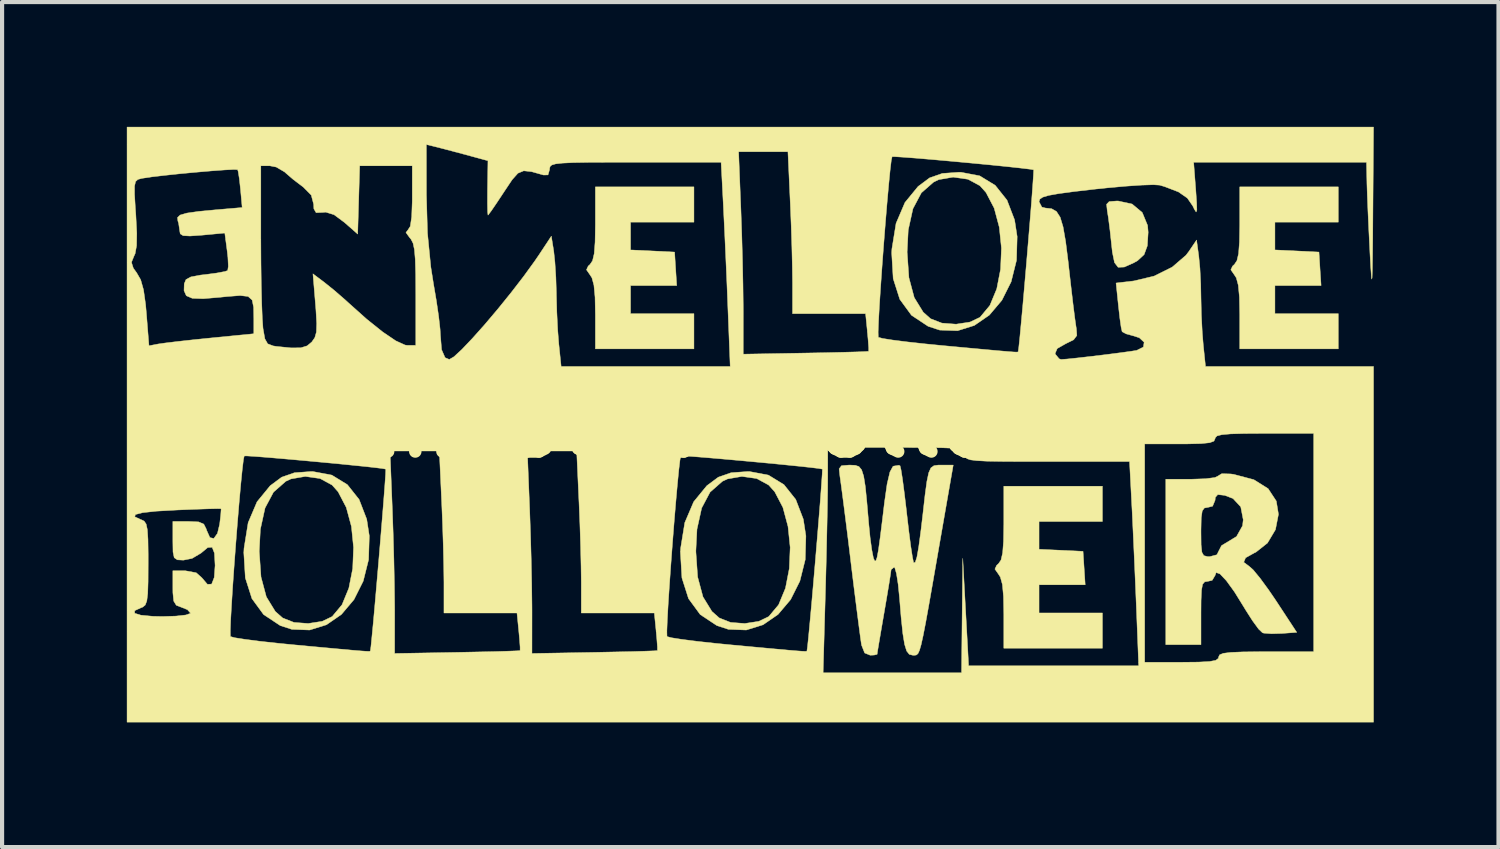
<source format=kicad_pcb>
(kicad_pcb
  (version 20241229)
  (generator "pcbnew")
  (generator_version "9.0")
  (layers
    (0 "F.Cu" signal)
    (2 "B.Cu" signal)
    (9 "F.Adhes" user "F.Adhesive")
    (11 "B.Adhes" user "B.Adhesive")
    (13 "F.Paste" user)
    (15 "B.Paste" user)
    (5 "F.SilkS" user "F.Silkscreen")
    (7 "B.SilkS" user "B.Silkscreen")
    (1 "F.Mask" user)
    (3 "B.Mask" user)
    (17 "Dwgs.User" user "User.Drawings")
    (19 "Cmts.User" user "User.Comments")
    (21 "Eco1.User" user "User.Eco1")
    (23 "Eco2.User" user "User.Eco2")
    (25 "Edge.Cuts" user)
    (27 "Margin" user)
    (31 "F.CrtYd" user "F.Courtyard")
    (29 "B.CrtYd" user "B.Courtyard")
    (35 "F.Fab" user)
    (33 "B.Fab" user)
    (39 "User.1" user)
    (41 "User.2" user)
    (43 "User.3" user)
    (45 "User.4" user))
  (footprint "EnvelopeFollower"
    (layer "F.Cu")
    (at 14.991 7.117)
    (property "Reference" "EnvelopeFollower" (at 0 0 0) (layer "F.SilkS") (effects (font (size 1.524 1.524) (thickness 0.3))))
    (attr through_hole)
    (fp_poly (pts (xy 9.181 -5.261) (xy 9.425 -5.057) (xy 9.553 -4.747) (xy 9.567 -4.583) (xy 9.547 -4.257) (xy 9.47 -4.046) (xy 9.313 -3.9) (xy 9.223 -3.849) (xy 8.992 -3.746) (xy 8.845 -3.74) (xy 8.758 -3.852) (xy 8.706 -4.103) (xy 8.685 -4.297) (xy 8.649 -4.629) (xy 8.611 -4.926) (xy 8.583 -5.101) (xy 8.567 -5.255) (xy 8.629 -5.32) (xy 8.812 -5.334) (xy 8.845 -5.334) (xy 9.181 -5.261)) (stroke (width 0.01) (type solid)) (fill yes) (layer "F.SilkS"))
    (fp_poly (pts (xy 8.467 2.371) (xy 6.943 2.371) (xy 6.943 3.04) (xy 8.001 3.09) (xy 8.027 3.493) (xy 8.053 3.895) (xy 6.943 3.895) (xy 6.943 4.572) (xy 8.467 4.572) (xy 8.467 5.419) (xy 6.096 5.419) (xy 6.096 4.6) (xy 6.088 4.174) (xy 6.062 3.888) (xy 6.013 3.71) (xy 5.967 3.638) (xy 5.882 3.517) (xy 5.924 3.426) (xy 5.967 3.388) (xy 6.029 3.298) (xy 6.068 3.128) (xy 6.089 2.851) (xy 6.096 2.436) (xy 6.096 2.403) (xy 6.096 1.524) (xy 8.467 1.524) (xy 8.467 2.371)) (stroke (width 0.01) (type solid)) (fill yes) (layer "F.SilkS"))
    (fp_poly (pts (xy -1.355 -4.826) (xy -2.879 -4.826) (xy -2.879 -4.157) (xy -2.349 -4.132) (xy -1.82 -4.106) (xy -1.795 -3.704) (xy -1.769 -3.302) (xy -2.879 -3.302) (xy -2.879 -2.625) (xy -1.355 -2.625) (xy -1.355 -1.778) (xy -3.725 -1.778) (xy -3.725 -2.597) (xy -3.733 -3.022) (xy -3.76 -3.309) (xy -3.808 -3.487) (xy -3.854 -3.558) (xy -3.939 -3.68) (xy -3.897 -3.77) (xy -3.854 -3.808) (xy -3.793 -3.899) (xy -3.753 -4.068) (xy -3.732 -4.346) (xy -3.725 -4.76) (xy -3.725 -4.794) (xy -3.725 -5.673) (xy -1.355 -5.673) (xy -1.355 -4.826)) (stroke (width 0.01) (type solid)) (fill yes) (layer "F.SilkS"))
    (fp_poly (pts (xy 14.139 -4.826) (xy 12.615 -4.826) (xy 12.615 -4.157) (xy 13.145 -4.132) (xy 13.674 -4.106) (xy 13.699 -3.704) (xy 13.725 -3.302) (xy 12.615 -3.302) (xy 12.615 -2.625) (xy 14.139 -2.625) (xy 14.139 -1.778) (xy 11.769 -1.778) (xy 11.769 -2.597) (xy 11.761 -3.022) (xy 11.734 -3.309) (xy 11.686 -3.487) (xy 11.64 -3.558) (xy 11.555 -3.68) (xy 11.597 -3.77) (xy 11.64 -3.808) (xy 11.701 -3.899) (xy 11.741 -4.068) (xy 11.762 -4.346) (xy 11.769 -4.76) (xy 11.769 -4.794) (xy 11.769 -5.673) (xy 14.139 -5.673) (xy 14.139 -4.826)) (stroke (width 0.01) (type solid)) (fill yes) (layer "F.SilkS"))
    (fp_poly (pts (xy -10.513 1.172) (xy -10.062 1.257) (xy -9.689 1.486) (xy -9.406 1.843) (xy -9.223 2.317) (xy -9.161 2.719) (xy -9.178 3.29) (xy -9.307 3.806) (xy -9.53 4.251) (xy -9.831 4.607) (xy -10.191 4.856) (xy -10.595 4.982) (xy -11.024 4.966) (xy -11.303 4.875) (xy -11.703 4.61) (xy -11.983 4.227) (xy -12.142 3.729) (xy -12.179 3.119) (xy -12.177 3.09) (xy -11.808 3.09) (xy -11.765 3.706) (xy -11.637 4.184) (xy -11.421 4.536) (xy -11.243 4.693) (xy -10.973 4.799) (xy -10.631 4.825) (xy -10.294 4.773) (xy -10.054 4.658) (xy -9.817 4.374) (xy -9.653 3.975) (xy -9.56 3.503) (xy -9.54 2.995) (xy -9.591 2.492) (xy -9.715 2.034) (xy -9.911 1.659) (xy -10.056 1.496) (xy -10.346 1.339) (xy -10.7 1.289) (xy -11.047 1.349) (xy -11.169 1.406) (xy -11.465 1.667) (xy -11.668 2.048) (xy -11.78 2.559) (xy -11.808 3.09) (xy -12.177 3.09) (xy -12.173 3.015) (xy -12.074 2.4) (xy -11.86 1.898) (xy -11.544 1.512) (xy -11.268 1.307) (xy -10.962 1.2) (xy -10.565 1.171) (xy -10.513 1.172)) (stroke (width 0.01) (type solid)) (fill yes) (layer "F.SilkS"))
    (fp_poly (pts (xy -0.015 1.172) (xy 0.436 1.257) (xy 0.809 1.486) (xy 1.093 1.843) (xy 1.275 2.317) (xy 1.337 2.719) (xy 1.321 3.29) (xy 1.192 3.806) (xy 0.969 4.251) (xy 0.668 4.607) (xy 0.307 4.856) (xy -0.096 4.982) (xy -0.526 4.966) (xy -0.804 4.875) (xy -1.204 4.61) (xy -1.485 4.227) (xy -1.644 3.729) (xy -1.68 3.119) (xy -1.679 3.09) (xy -1.309 3.09) (xy -1.266 3.706) (xy -1.138 4.184) (xy -0.922 4.536) (xy -0.744 4.693) (xy -0.474 4.799) (xy -0.132 4.825) (xy 0.205 4.773) (xy 0.444 4.658) (xy 0.681 4.374) (xy 0.846 3.975) (xy 0.938 3.503) (xy 0.959 2.995) (xy 0.907 2.492) (xy 0.784 2.034) (xy 0.588 1.659) (xy 0.442 1.496) (xy 0.153 1.339) (xy -0.202 1.289) (xy -0.548 1.349) (xy -0.67 1.406) (xy -0.967 1.667) (xy -1.169 2.048) (xy -1.282 2.559) (xy -1.309 3.09) (xy -1.679 3.09) (xy -1.675 3.015) (xy -1.575 2.4) (xy -1.361 1.898) (xy -1.045 1.512) (xy -0.769 1.307) (xy -0.463 1.2) (xy -0.066 1.171) (xy -0.015 1.172)) (stroke (width 0.01) (type solid)) (fill yes) (layer "F.SilkS"))
    (fp_poly (pts (xy 5.065 -6.025) (xy 5.516 -5.939) (xy 5.889 -5.711) (xy 6.173 -5.354) (xy 6.355 -4.88) (xy 6.417 -4.478) (xy 6.401 -3.907) (xy 6.272 -3.391) (xy 6.049 -2.946) (xy 5.748 -2.59) (xy 5.387 -2.341) (xy 4.984 -2.215) (xy 4.554 -2.23) (xy 4.276 -2.321) (xy 3.876 -2.586) (xy 3.595 -2.97) (xy 3.436 -3.468) (xy 3.4 -4.078) (xy 3.401 -4.106) (xy 3.771 -4.106) (xy 3.814 -3.491) (xy 3.942 -3.012) (xy 4.158 -2.661) (xy 4.336 -2.503) (xy 4.606 -2.398) (xy 4.948 -2.372) (xy 5.285 -2.424) (xy 5.524 -2.538) (xy 5.761 -2.823) (xy 5.926 -3.221) (xy 6.018 -3.694) (xy 6.039 -4.201) (xy 5.987 -4.704) (xy 5.864 -5.163) (xy 5.668 -5.538) (xy 5.522 -5.701) (xy 5.233 -5.857) (xy 4.878 -5.908) (xy 4.532 -5.848) (xy 4.41 -5.79) (xy 4.113 -5.53) (xy 3.911 -5.149) (xy 3.798 -4.637) (xy 3.771 -4.106) (xy 3.401 -4.106) (xy 3.405 -4.181) (xy 3.505 -4.797) (xy 3.719 -5.298) (xy 4.035 -5.684) (xy 4.311 -5.89) (xy 4.617 -5.997) (xy 5.014 -6.025) (xy 5.065 -6.025)) (stroke (width 0.01) (type solid)) (fill yes) (layer "F.SilkS"))
    (fp_poly (pts (xy 11.549 1.229) (xy 11.62 1.238) (xy 12.108 1.367) (xy 12.451 1.582) (xy 12.648 1.881) (xy 12.7 2.199) (xy 12.628 2.568) (xy 12.436 2.89) (xy 12.158 3.11) (xy 12.117 3.129) (xy 11.91 3.245) (xy 11.865 3.352) (xy 11.985 3.442) (xy 11.99 3.445) (xy 12.091 3.534) (xy 12.257 3.735) (xy 12.462 4.015) (xy 12.634 4.267) (xy 13.14 5.038) (xy 12.783 5.064) (xy 12.534 5.071) (xy 12.348 5.057) (xy 12.316 5.048) (xy 12.223 4.959) (xy 12.077 4.76) (xy 11.906 4.492) (xy 11.868 4.429) (xy 11.642 4.064) (xy 11.447 3.795) (xy 11.296 3.635) (xy 11.202 3.599) (xy 11.176 3.67) (xy 11.106 3.787) (xy 11.007 3.81) (xy 10.926 3.823) (xy 10.876 3.882) (xy 10.85 4.021) (xy 10.839 4.272) (xy 10.837 4.572) (xy 10.837 5.334) (xy 9.991 5.334) (xy 9.991 2.625) (xy 10.837 2.625) (xy 10.84 2.934) (xy 10.859 3.112) (xy 10.905 3.193) (xy 10.993 3.216) (xy 11.049 3.217) (xy 11.22 3.172) (xy 11.261 3.088) (xy 11.33 2.953) (xy 11.409 2.905) (xy 11.692 2.733) (xy 11.837 2.474) (xy 11.853 2.331) (xy 11.793 2.02) (xy 11.607 1.82) (xy 11.409 1.744) (xy 11.241 1.725) (xy 11.181 1.794) (xy 11.176 1.861) (xy 11.117 2.004) (xy 11.007 2.032) (xy 10.918 2.048) (xy 10.867 2.12) (xy 10.843 2.285) (xy 10.837 2.577) (xy 10.837 2.625) (xy 9.991 2.625) (xy 9.991 1.355) (xy 10.626 1.355) (xy 10.95 1.344) (xy 11.173 1.315) (xy 11.26 1.272) (xy 11.261 1.269) (xy 11.337 1.223) (xy 11.549 1.229)) (stroke (width 0.01) (type solid)) (fill yes) (layer "F.SilkS"))
    (fp_poly (pts (xy 4.515 3.111) (xy 4.392 3.819) (xy 4.294 4.378) (xy 4.217 4.804) (xy 4.156 5.117) (xy 4.108 5.334) (xy 4.068 5.472) (xy 4.032 5.549) (xy 3.994 5.582) (xy 3.952 5.589) (xy 3.904 5.588) (xy 3.823 5.567) (xy 3.76 5.487) (xy 3.71 5.326) (xy 3.667 5.062) (xy 3.626 4.671) (xy 3.588 4.209) (xy 3.555 3.88) (xy 3.515 3.626) (xy 3.475 3.487) (xy 3.459 3.471) (xy 3.387 3.527) (xy 3.386 3.535) (xy 3.372 3.639) (xy 3.335 3.874) (xy 3.28 4.205) (xy 3.217 4.572) (xy 3.151 4.955) (xy 3.097 5.271) (xy 3.061 5.486) (xy 3.049 5.567) (xy 2.977 5.584) (xy 2.883 5.588) (xy 2.75 5.534) (xy 2.677 5.349) (xy 2.67 5.313) (xy 2.646 5.146) (xy 2.606 4.842) (xy 2.553 4.43) (xy 2.491 3.941) (xy 2.425 3.404) (xy 2.413 3.302) (xy 2.347 2.76) (xy 2.284 2.26) (xy 2.229 1.831) (xy 2.186 1.505) (xy 2.159 1.31) (xy 2.156 1.291) (xy 2.136 1.106) (xy 2.193 1.031) (xy 2.371 1.016) (xy 2.4 1.016) (xy 2.522 1.021) (xy 2.612 1.051) (xy 2.677 1.13) (xy 2.726 1.282) (xy 2.766 1.532) (xy 2.803 1.903) (xy 2.847 2.413) (xy 2.881 2.756) (xy 2.921 3.05) (xy 2.958 3.239) (xy 2.964 3.26) (xy 2.993 3.321) (xy 3.02 3.318) (xy 3.049 3.233) (xy 3.083 3.048) (xy 3.125 2.744) (xy 3.18 2.302) (xy 3.226 1.919) (xy 3.29 1.469) (xy 3.358 1.181) (xy 3.43 1.049) (xy 3.444 1.041) (xy 3.572 1.021) (xy 3.601 1.033) (xy 3.624 1.127) (xy 3.66 1.356) (xy 3.704 1.69) (xy 3.753 2.096) (xy 3.764 2.198) (xy 3.813 2.616) (xy 3.859 2.97) (xy 3.899 3.228) (xy 3.926 3.357) (xy 3.93 3.366) (xy 3.967 3.352) (xy 4.007 3.227) (xy 4.051 2.975) (xy 4.104 2.58) (xy 4.149 2.201) (xy 4.202 1.734) (xy 4.246 1.409) (xy 4.29 1.201) (xy 4.343 1.083) (xy 4.417 1.03) (xy 4.519 1.016) (xy 4.601 1.016) (xy 4.88 1.016) (xy 4.515 3.111)) (stroke (width 0.01) (type solid)) (fill yes) (layer "F.SilkS"))
    (fp_poly (pts (xy 14.971 -5.059) (xy 14.967 -4.433) (xy 14.962 -3.967) (xy 14.957 -3.655) (xy 14.951 -3.487) (xy 14.942 -3.456) (xy 14.932 -3.553) (xy 14.917 -3.77) (xy 14.899 -4.098) (xy 14.897 -4.149) (xy 14.873 -4.623) (xy 14.852 -5.085) (xy 14.836 -5.482) (xy 14.827 -5.765) (xy 14.827 -5.779) (xy 14.817 -6.265) (xy 10.661 -6.265) (xy 10.711 -5.609) (xy 10.733 -5.288) (xy 10.738 -5.115) (xy 10.72 -5.07) (xy 10.678 -5.135) (xy 10.64 -5.214) (xy 10.509 -5.404) (xy 10.296 -5.552) (xy 9.963 -5.68) (xy 9.84 -5.716) (xy 9.692 -5.725) (xy 9.409 -5.716) (xy 9.026 -5.69) (xy 8.576 -5.649) (xy 8.295 -5.62) (xy 7.785 -5.561) (xy 7.42 -5.512) (xy 7.177 -5.469) (xy 7.032 -5.426) (xy 6.962 -5.378) (xy 6.943 -5.319) (xy 6.943 -5.317) (xy 7.011 -5.187) (xy 7.096 -5.165) (xy 7.247 -5.148) (xy 7.362 -5.082) (xy 7.451 -4.944) (xy 7.521 -4.712) (xy 7.582 -4.362) (xy 7.644 -3.872) (xy 7.66 -3.725) (xy 7.712 -3.268) (xy 7.761 -2.853) (xy 7.803 -2.519) (xy 7.834 -2.303) (xy 7.841 -2.263) (xy 7.852 -2.1) (xy 7.774 -1.996) (xy 7.587 -1.904) (xy 7.38 -1.786) (xy 7.33 -1.669) (xy 7.335 -1.651) (xy 7.427 -1.539) (xy 7.475 -1.524) (xy 7.615 -1.534) (xy 7.874 -1.561) (xy 8.206 -1.599) (xy 8.563 -1.642) (xy 8.897 -1.685) (xy 9.159 -1.721) (xy 9.292 -1.742) (xy 9.452 -1.822) (xy 9.47 -1.938) (xy 9.355 -2.045) (xy 9.227 -2.087) (xy 9.038 -2.139) (xy 8.941 -2.191) (xy 8.941 -2.191) (xy 8.917 -2.296) (xy 8.885 -2.521) (xy 8.853 -2.803) (xy 8.795 -3.362) (xy 9.229 -3.413) (xy 9.712 -3.529) (xy 10.144 -3.744) (xy 10.476 -4.029) (xy 10.548 -4.124) (xy 10.731 -4.395) (xy 10.784 -4.006) (xy 10.812 -3.714) (xy 10.831 -3.339) (xy 10.837 -3.006) (xy 10.846 -2.6) (xy 10.868 -2.169) (xy 10.892 -1.875) (xy 10.946 -1.355) (xy 14.986 -1.355) (xy 14.986 7.197) (xy -14.986 7.197) (xy -14.986 6.011) (xy 1.751 6.011) (xy 5.08 6.011) (xy 5.094 4.636) (xy 5.109 3.26) (xy 5.169 4.36) (xy 5.193 4.791) (xy 5.214 5.175) (xy 5.23 5.471) (xy 5.239 5.642) (xy 5.24 5.652) (xy 5.249 5.842) (xy 9.339 5.842) (xy 9.283 4.424) (xy 9.259 3.845) (xy 9.232 3.226) (xy 9.205 2.63) (xy 9.181 2.117) (xy 9.173 1.968) (xy 9.119 0.931) (xy 7.142 0.931) (xy 6.514 0.931) (xy 6.036 0.928) (xy 5.686 0.922) (xy 5.445 0.909) (xy 5.293 0.89) (xy 5.209 0.861) (xy 5.173 0.822) (xy 5.165 0.77) (xy 5.165 0.762) (xy 5.158 0.704) (xy 5.123 0.661) (xy 5.037 0.631) (xy 4.879 0.611) (xy 4.627 0.6) (xy 4.257 0.594) (xy 3.749 0.593) (xy 3.514 0.593) (xy 1.863 0.593) (xy 1.862 1.333) (xy 1.86 1.64) (xy 1.853 2.079) (xy 1.842 2.613) (xy 1.829 3.206) (xy 1.813 3.821) (xy 1.807 4.043) (xy 1.751 6.011) (xy -14.986 6.011) (xy -14.986 5.011) (xy -12.504 5.011) (xy -12.502 5.134) (xy -12.499 5.139) (xy -12.399 5.167) (xy -12.157 5.205) (xy -11.804 5.251) (xy -11.367 5.299) (xy -10.939 5.341) (xy -10.346 5.396) (xy -9.9 5.437) (xy -9.581 5.466) (xy -9.367 5.484) (xy -9.237 5.493) (xy -9.169 5.495) (xy -9.143 5.492) (xy -9.137 5.484) (xy -9.136 5.482) (xy -9.122 5.382) (xy -9.098 5.142) (xy -9.064 4.792) (xy -9.025 4.357) (xy -8.982 3.865) (xy -8.937 3.344) (xy -8.893 2.82) (xy -8.852 2.321) (xy -8.816 1.875) (xy -8.788 1.507) (xy -8.77 1.247) (xy -8.765 1.121) (xy -8.766 1.113) (xy -8.854 1.097) (xy -9.079 1.07) (xy -9.411 1.035) (xy -9.817 0.994) (xy -10.269 0.951) (xy -10.733 0.908) (xy -11.18 0.868) (xy -11.577 0.834) (xy -11.895 0.809) (xy -12.103 0.796) (xy -12.169 0.797) (xy -12.188 0.89) (xy -12.216 1.124) (xy -12.251 1.471) (xy -12.29 1.904) (xy -12.331 2.395) (xy -12.372 2.916) (xy -12.411 3.44) (xy -12.446 3.939) (xy -12.474 4.386) (xy -12.495 4.752) (xy -12.504 5.011) (xy -14.986 5.011) (xy -14.986 4.517) (xy -14.804 4.517) (xy -14.802 4.579) (xy -14.653 4.625) (xy -14.368 4.652) (xy -14.139 4.657) (xy -13.812 4.647) (xy -13.576 4.621) (xy -13.466 4.583) (xy -13.462 4.574) (xy -13.534 4.493) (xy -13.674 4.437) (xy -13.802 4.387) (xy -13.864 4.286) (xy -13.884 4.085) (xy -13.885 3.97) (xy -13.885 3.556) (xy -13.59 3.556) (xy -13.323 3.605) (xy -13.188 3.725) (xy -13.053 3.883) (xy -12.952 3.878) (xy -12.889 3.716) (xy -12.869 3.429) (xy -12.885 3.132) (xy -12.94 2.992) (xy -13.046 2.998) (xy -13.208 3.133) (xy -13.422 3.26) (xy -13.631 3.302) (xy -13.777 3.294) (xy -13.852 3.243) (xy -13.881 3.107) (xy -13.885 2.843) (xy -13.885 2.371) (xy -13.506 2.371) (xy -13.265 2.382) (xy -13.141 2.435) (xy -13.081 2.554) (xy -13.073 2.582) (xy -12.994 2.759) (xy -12.9 2.781) (xy -12.812 2.658) (xy -12.759 2.436) (xy -12.733 2.214) (xy -12.724 2.08) (xy -12.727 2.065) (xy -12.812 2.063) (xy -13.034 2.068) (xy -13.359 2.079) (xy -13.754 2.095) (xy -13.78 2.096) (xy -14.279 2.124) (xy -14.613 2.16) (xy -14.786 2.205) (xy -14.8 2.259) (xy -14.66 2.324) (xy -14.647 2.328) (xy -14.575 2.363) (xy -14.527 2.434) (xy -14.498 2.569) (xy -14.483 2.8) (xy -14.478 3.156) (xy -14.478 3.387) (xy -14.48 3.815) (xy -14.489 4.104) (xy -14.511 4.283) (xy -14.549 4.381) (xy -14.608 4.43) (xy -14.647 4.445) (xy -14.804 4.517) (xy -14.986 4.517) (xy -14.986 0.677) (xy -8.663 0.677) (xy -8.607 2.088) (xy -8.587 2.664) (xy -8.57 3.279) (xy -8.558 3.871) (xy -8.552 4.378) (xy -8.551 4.522) (xy -8.552 5.546) (xy -7.05 5.519) (xy -6.566 5.509) (xy -6.145 5.5) (xy -5.815 5.49) (xy -5.603 5.482) (xy -5.535 5.476) (xy -5.535 5.391) (xy -5.55 5.189) (xy -5.566 5.016) (xy -5.61 4.572) (xy -7.366 4.572) (xy -7.366 3.831) (xy -7.371 3.457) (xy -7.382 2.974) (xy -7.399 2.442) (xy -7.42 1.922) (xy -7.422 1.884) (xy -7.477 0.677) (xy -5.361 0.677) (xy -5.305 2.088) (xy -5.285 2.664) (xy -5.268 3.279) (xy -5.256 3.871) (xy -5.25 4.378) (xy -5.249 4.522) (xy -5.25 5.546) (xy -3.748 5.519) (xy -3.264 5.509) (xy -2.843 5.5) (xy -2.513 5.49) (xy -2.301 5.482) (xy -2.233 5.476) (xy -2.233 5.391) (xy -2.248 5.189) (xy -2.264 5.016) (xy -2.264 5.011) (xy -2.006 5.011) (xy -2.003 5.134) (xy -2.001 5.139) (xy -1.9 5.167) (xy -1.659 5.205) (xy -1.305 5.251) (xy -0.868 5.299) (xy -0.44 5.341) (xy 0.153 5.396) (xy 0.598 5.437) (xy 0.918 5.466) (xy 1.132 5.484) (xy 1.262 5.493) (xy 1.33 5.495) (xy 1.356 5.492) (xy 1.362 5.484) (xy 1.362 5.482) (xy 1.376 5.382) (xy 1.401 5.142) (xy 1.434 4.792) (xy 1.474 4.357) (xy 1.517 3.865) (xy 1.562 3.344) (xy 1.606 2.82) (xy 1.647 2.321) (xy 1.683 1.875) (xy 1.71 1.507) (xy 1.728 1.247) (xy 1.734 1.121) (xy 1.733 1.113) (xy 1.645 1.097) (xy 1.42 1.07) (xy 1.088 1.035) (xy 0.681 0.994) (xy 0.23 0.951) (xy -0.234 0.908) (xy -0.681 0.868) (xy -1.079 0.834) (xy -1.397 0.809) (xy -1.604 0.796) (xy -1.67 0.797) (xy -1.69 0.89) (xy -1.718 1.124) (xy -1.752 1.471) (xy -1.791 1.904) (xy -1.832 2.395) (xy -1.873 2.916) (xy -1.912 3.44) (xy -1.947 3.939) (xy -1.976 4.386) (xy -1.996 4.752) (xy -2.006 5.011) (xy -2.264 5.011) (xy -2.308 4.572) (xy -4.064 4.572) (xy -4.064 3.831) (xy -4.069 3.457) (xy -4.08 2.974) (xy -4.097 2.442) (xy -4.118 1.922) (xy -4.12 1.884) (xy -4.175 0.677) (xy -5.361 0.677) (xy -7.477 0.677) (xy -8.663 0.677) (xy -14.986 0.677) (xy -14.986 0.508) (xy 9.483 0.508) (xy 9.483 5.757) (xy 10.372 5.757) (xy 10.778 5.753) (xy 11.042 5.739) (xy 11.191 5.711) (xy 11.254 5.664) (xy 11.261 5.63) (xy 11.285 5.578) (xy 11.374 5.542) (xy 11.552 5.52) (xy 11.844 5.508) (xy 12.274 5.503) (xy 12.404 5.503) (xy 13.547 5.503) (xy 13.547 0.254) (xy 12.361 0.254) (xy 11.883 0.257) (xy 11.55 0.266) (xy 11.338 0.285) (xy 11.222 0.315) (xy 11.179 0.361) (xy 11.176 0.381) (xy 11.148 0.44) (xy 11.046 0.478) (xy 10.841 0.499) (xy 10.506 0.507) (xy 10.329 0.508) (xy 9.483 0.508) (xy -14.986 0.508) (xy -14.986 -3.859) (xy -14.88 -3.859) (xy -14.835 -3.719) (xy -14.755 -3.608) (xy -14.658 -3.44) (xy -14.59 -3.199) (xy -14.54 -2.846) (xy -14.52 -2.62) (xy -14.459 -1.853) (xy -14.236 -1.896) (xy -14.066 -1.92) (xy -13.769 -1.956) (xy -13.388 -1.998) (xy -12.975 -2.04) (xy -11.938 -2.142) (xy -11.938 -2.503) (xy -11.943 -2.78) (xy -11.978 -2.952) (xy -12.075 -3.039) (xy -12.266 -3.061) (xy -12.58 -3.037) (xy -12.754 -3.019) (xy -13.155 -2.985) (xy -13.416 -2.994) (xy -13.561 -3.056) (xy -13.616 -3.179) (xy -13.611 -3.344) (xy -13.569 -3.445) (xy -13.451 -3.509) (xy -13.217 -3.553) (xy -13.099 -3.566) (xy -12.828 -3.602) (xy -12.632 -3.639) (xy -12.566 -3.662) (xy -12.551 -3.764) (xy -12.561 -3.977) (xy -12.579 -4.135) (xy -12.636 -4.564) (xy -13.176 -4.513) (xy -13.473 -4.492) (xy -13.638 -4.501) (xy -13.707 -4.545) (xy -13.716 -4.595) (xy -13.746 -4.797) (xy -13.764 -4.854) (xy -13.773 -4.936) (xy -13.71 -4.996) (xy -13.55 -5.043) (xy -13.269 -5.083) (xy -12.861 -5.122) (xy -12.218 -5.177) (xy -12.258 -5.615) (xy -12.286 -5.869) (xy -12.314 -6.043) (xy -12.328 -6.088) (xy -12.418 -6.092) (xy -12.638 -6.081) (xy -12.952 -6.058) (xy -13.321 -6.026) (xy -13.708 -5.99) (xy -14.075 -5.951) (xy -14.384 -5.915) (xy -14.599 -5.883) (xy -14.635 -5.877) (xy -14.726 -5.852) (xy -14.781 -5.801) (xy -14.806 -5.693) (xy -14.806 -5.494) (xy -14.787 -5.172) (xy -14.775 -5.004) (xy -14.752 -4.562) (xy -14.757 -4.26) (xy -14.792 -4.068) (xy -14.822 -4.002) (xy -14.88 -3.859) (xy -14.986 -3.859) (xy -14.986 -6.181) (xy -11.769 -6.181) (xy -11.769 -4.414) (xy -11.766 -3.857) (xy -11.759 -3.333) (xy -11.748 -2.874) (xy -11.734 -2.514) (xy -11.718 -2.284) (xy -11.715 -2.26) (xy -11.672 -2.02) (xy -11.604 -1.9) (xy -11.473 -1.85) (xy -11.398 -1.838) (xy -11.042 -1.802) (xy -10.809 -1.804) (xy -10.656 -1.851) (xy -10.544 -1.944) (xy -10.472 -2.047) (xy -10.433 -2.182) (xy -10.426 -2.389) (xy -10.444 -2.71) (xy -10.455 -2.847) (xy -10.516 -3.583) (xy -10.244 -3.379) (xy -10.009 -3.19) (xy -9.746 -2.962) (xy -9.665 -2.888) (xy -9.223 -2.493) (xy -8.837 -2.184) (xy -8.524 -1.972) (xy -8.3 -1.87) (xy -8.247 -1.863) (xy -8.043 -1.863) (xy -8.043 -3.084) (xy -8.046 -3.576) (xy -8.056 -3.927) (xy -8.076 -4.165) (xy -8.109 -4.319) (xy -8.159 -4.416) (xy -8.191 -4.453) (xy -8.28 -4.576) (xy -8.233 -4.636) (xy -8.176 -4.724) (xy -8.142 -4.952) (xy -8.128 -5.333) (xy -8.128 -5.426) (xy -8.128 -6.181) (xy -9.392 -6.181) (xy -9.416 -5.36) (xy -9.44 -4.539) (xy -9.759 -4.819) (xy -10.008 -5.004) (xy -10.209 -5.066) (xy -10.288 -5.059) (xy -10.44 -5.053) (xy -10.494 -5.146) (xy -10.499 -5.255) (xy -10.557 -5.475) (xy -10.752 -5.672) (xy -10.773 -5.687) (xy -10.994 -5.855) (xy -11.177 -6.013) (xy -11.196 -6.031) (xy -11.398 -6.15) (xy -11.557 -6.181) (xy -11.769 -6.181) (xy -14.986 -6.181) (xy -14.986 -6.692) (xy -7.789 -6.692) (xy -7.788 -5.484) (xy -7.762 -4.562) (xy -7.682 -3.748) (xy -7.619 -3.351) (xy -7.549 -2.939) (xy -7.493 -2.556) (xy -7.459 -2.252) (xy -7.451 -2.109) (xy -7.423 -1.76) (xy -7.339 -1.567) (xy -7.238 -1.524) (xy -7.127 -1.588) (xy -6.935 -1.765) (xy -6.682 -2.031) (xy -6.386 -2.363) (xy -6.068 -2.739) (xy -5.748 -3.135) (xy -5.445 -3.528) (xy -5.179 -3.895) (xy -5.078 -4.043) (xy -4.784 -4.488) (xy -4.726 -4.128) (xy -4.698 -3.864) (xy -4.675 -3.504) (xy -4.663 -3.121) (xy -4.663 -3.082) (xy -4.652 -2.667) (xy -4.631 -2.236) (xy -4.603 -1.88) (xy -4.602 -1.875) (xy -4.548 -1.355) (xy -0.483 -1.355) (xy -0.539 -2.773) (xy -0.562 -3.351) (xy -0.589 -3.97) (xy -0.616 -4.567) (xy -0.641 -5.079) (xy -0.648 -5.228) (xy -0.702 -6.265) (xy -2.764 -6.265) (xy -3.406 -6.265) (xy -3.899 -6.263) (xy -4.263 -6.257) (xy -4.516 -6.245) (xy -4.679 -6.227) (xy -4.772 -6.2) (xy -4.814 -6.163) (xy -4.826 -6.114) (xy -4.826 -6.09) (xy -4.864 -5.961) (xy -4.974 -5.959) (xy -5.258 -6.039) (xy -5.447 -6.06) (xy -5.587 -6.002) (xy -5.727 -5.845) (xy -5.912 -5.568) (xy -5.923 -5.551) (xy -6.096 -5.29) (xy -6.229 -5.095) (xy -6.301 -5) (xy -6.307 -4.995) (xy -6.316 -5.073) (xy -6.32 -5.28) (xy -6.319 -5.574) (xy -6.318 -5.649) (xy -6.308 -6.302) (xy -6.816 -6.44) (xy -7.113 -6.519) (xy -0.281 -6.519) (xy -0.225 -5.109) (xy -0.205 -4.533) (xy -0.188 -3.918) (xy -0.176 -3.325) (xy -0.17 -2.819) (xy -0.169 -2.675) (xy -0.17 -1.651) (xy 1.332 -1.678) (xy 1.816 -1.687) (xy 2.237 -1.697) (xy 2.567 -1.706) (xy 2.779 -1.715) (xy 2.847 -1.72) (xy 2.847 -1.805) (xy 2.832 -2.008) (xy 2.816 -2.18) (xy 2.816 -2.186) (xy 3.074 -2.186) (xy 3.077 -2.063) (xy 3.079 -2.057) (xy 3.18 -2.029) (xy 3.421 -1.991) (xy 3.775 -1.946) (xy 4.212 -1.898) (xy 4.64 -1.856) (xy 5.233 -1.801) (xy 5.678 -1.76) (xy 5.998 -1.731) (xy 6.212 -1.713) (xy 6.342 -1.703) (xy 6.41 -1.701) (xy 6.436 -1.705) (xy 6.442 -1.713) (xy 6.442 -1.714) (xy 6.456 -1.815) (xy 6.481 -2.054) (xy 6.514 -2.405) (xy 6.554 -2.84) (xy 6.597 -3.332) (xy 6.642 -3.853) (xy 6.686 -4.377) (xy 6.727 -4.875) (xy 6.763 -5.322) (xy 6.79 -5.689) (xy 6.808 -5.95) (xy 6.814 -6.076) (xy 6.813 -6.084) (xy 6.725 -6.099) (xy 6.5 -6.126) (xy 6.168 -6.162) (xy 5.761 -6.203) (xy 5.31 -6.246) (xy 4.846 -6.289) (xy 4.399 -6.329) (xy 4.001 -6.363) (xy 3.683 -6.387) (xy 3.476 -6.4) (xy 3.41 -6.4) (xy 3.39 -6.307) (xy 3.362 -6.073) (xy 3.328 -5.726) (xy 3.289 -5.293) (xy 3.248 -4.802) (xy 3.207 -4.281) (xy 3.168 -3.757) (xy 3.133 -3.257) (xy 3.104 -2.811) (xy 3.084 -2.445) (xy 3.074 -2.186) (xy 2.816 -2.186) (xy 2.772 -2.625) (xy 1.016 -2.625) (xy 1.016 -3.365) (xy 1.011 -3.74) (xy 1 -4.223) (xy 0.983 -4.754) (xy 0.962 -5.274) (xy 0.96 -5.313) (xy 0.905 -6.519) (xy -0.281 -6.519) (xy -7.113 -6.519) (xy -7.13 -6.524) (xy -7.412 -6.598) (xy -7.556 -6.635) (xy -7.789 -6.692) (xy -14.986 -6.692) (xy -14.986 -7.112) (xy 14.986 -7.112) (xy 14.971 -5.059)) (stroke (width 0.01) (type solid)) (fill yes) (layer "F.SilkS")))
  (gr_rect
    (start -3 -3)
    (end 32.982 17.319)
    (stroke (width 0.1) (type default))
    (fill no)
    (layer "Edge.Cuts")))
</source>
